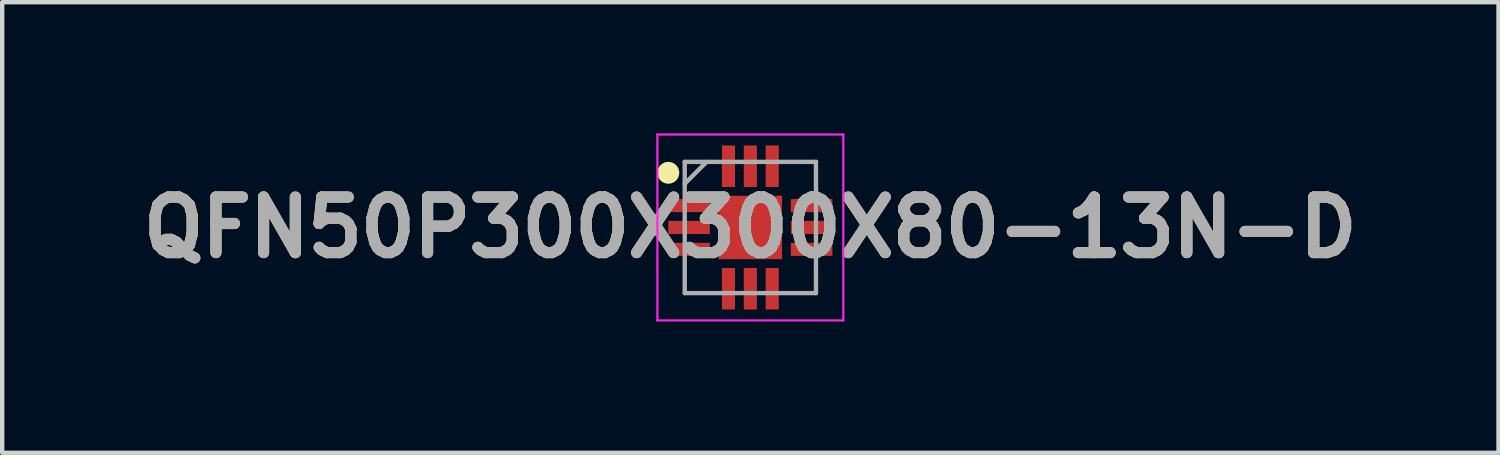
<source format=kicad_pcb>
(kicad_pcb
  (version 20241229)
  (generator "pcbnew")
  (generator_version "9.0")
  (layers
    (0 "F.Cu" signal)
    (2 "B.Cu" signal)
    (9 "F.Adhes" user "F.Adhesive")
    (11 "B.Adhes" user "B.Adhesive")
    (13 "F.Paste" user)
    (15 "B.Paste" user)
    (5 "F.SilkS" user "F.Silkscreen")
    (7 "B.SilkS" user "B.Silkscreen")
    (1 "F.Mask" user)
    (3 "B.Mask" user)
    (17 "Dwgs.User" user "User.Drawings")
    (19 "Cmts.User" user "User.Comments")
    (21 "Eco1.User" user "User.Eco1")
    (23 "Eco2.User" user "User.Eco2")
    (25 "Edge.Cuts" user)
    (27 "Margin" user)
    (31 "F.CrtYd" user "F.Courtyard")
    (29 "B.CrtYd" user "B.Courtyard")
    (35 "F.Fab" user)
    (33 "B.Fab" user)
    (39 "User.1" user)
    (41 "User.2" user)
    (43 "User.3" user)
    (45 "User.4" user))
  (footprint "QFN50P300X300X80-13N-D"
    (layer "F.Cu")
    (at 14.103 2.15)
    (property "Reference" "QFN50P300X300X80-13N-D" (at 0 0 0) (layer "F.SilkS") (effects (font (size 1.27 1.27) (thickness 0.254))))
    (attr smd)
    (fp_circle (center -1.875 -1.25) (end -1.875 -1.125) (stroke (width 0.25) (type solid)) (fill no) (layer "F.SilkS"))
    (fp_line (start -2.125 -2.125) (end 2.125 -2.125) (stroke (width 0.05) (type solid)) (layer "F.CrtYd"))
    (fp_line (start -2.125 2.125) (end -2.125 -2.125) (stroke (width 0.05) (type solid)) (layer "F.CrtYd"))
    (fp_line (start 2.125 -2.125) (end 2.125 2.125) (stroke (width 0.05) (type solid)) (layer "F.CrtYd"))
    (fp_line (start 2.125 2.125) (end -2.125 2.125) (stroke (width 0.05) (type solid)) (layer "F.CrtYd"))
    (fp_line (start -1.5 -1.5) (end 1.5 -1.5) (stroke (width 0.1) (type solid)) (layer "F.Fab"))
    (fp_line (start -1.5 -1) (end -1 -1.5) (stroke (width 0.1) (type solid)) (layer "F.Fab"))
    (fp_line (start -1.5 1.5) (end -1.5 -1.5) (stroke (width 0.1) (type solid)) (layer "F.Fab"))
    (fp_line (start 1.5 -1.5) (end 1.5 1.5) (stroke (width 0.1) (type solid)) (layer "F.Fab"))
    (fp_line (start 1.5 1.5) (end -1.5 1.5) (stroke (width 0.1) (type solid)) (layer "F.Fab"))
    (fp_text user "${REFERENCE}" (at 0 0 0) (layer "F.Fab") (effects (font (size 1.27 1.27) (thickness 0.254))))
    (pad "1" smd rect (at -1.4 -0.5 90) (size 0.3 0.95) (layers "F.Cu" "F.Mask" "F.Paste"))
    (pad "2" smd rect (at -1.4 0 90) (size 0.3 0.95) (layers "F.Cu" "F.Mask" "F.Paste"))
    (pad "3" smd rect (at -1.4 0.5 90) (size 0.3 0.95) (layers "F.Cu" "F.Mask" "F.Paste"))
    (pad "4" smd rect (at -0.5 1.4) (size 0.3 0.95) (layers "F.Cu" "F.Mask" "F.Paste"))
    (pad "5" smd rect (at 0 1.4) (size 0.3 0.95) (layers "F.Cu" "F.Mask" "F.Paste"))
    (pad "6" smd rect (at 0.5 1.4) (size 0.3 0.95) (layers "F.Cu" "F.Mask" "F.Paste"))
    (pad "7" smd rect (at 1.4 0.5 90) (size 0.3 0.95) (layers "F.Cu" "F.Mask" "F.Paste"))
    (pad "8" smd rect (at 1.4 0 90) (size 0.3 0.95) (layers "F.Cu" "F.Mask" "F.Paste"))
    (pad "9" smd rect (at 1.4 -0.5 90) (size 0.3 0.95) (layers "F.Cu" "F.Mask" "F.Paste"))
    (pad "10" smd rect (at 0.5 -1.4) (size 0.3 0.95) (layers "F.Cu" "F.Mask" "F.Paste"))
    (pad "11" smd rect (at 0 -1.4) (size 0.3 0.95) (layers "F.Cu" "F.Mask" "F.Paste"))
    (pad "12" smd rect (at -0.5 -1.4) (size 0.3 0.95) (layers "F.Cu" "F.Mask" "F.Paste"))
    (pad "13" smd rect (at 0 0) (size 1.45 1.45) (layers "F.Cu" "F.Mask" "F.Paste")))
  (gr_rect
    (start -3 -3)
    (end 31.206 7.3)
    (stroke (width 0.1) (type default))
    (fill no)
    (layer "Edge.Cuts")))
</source>
